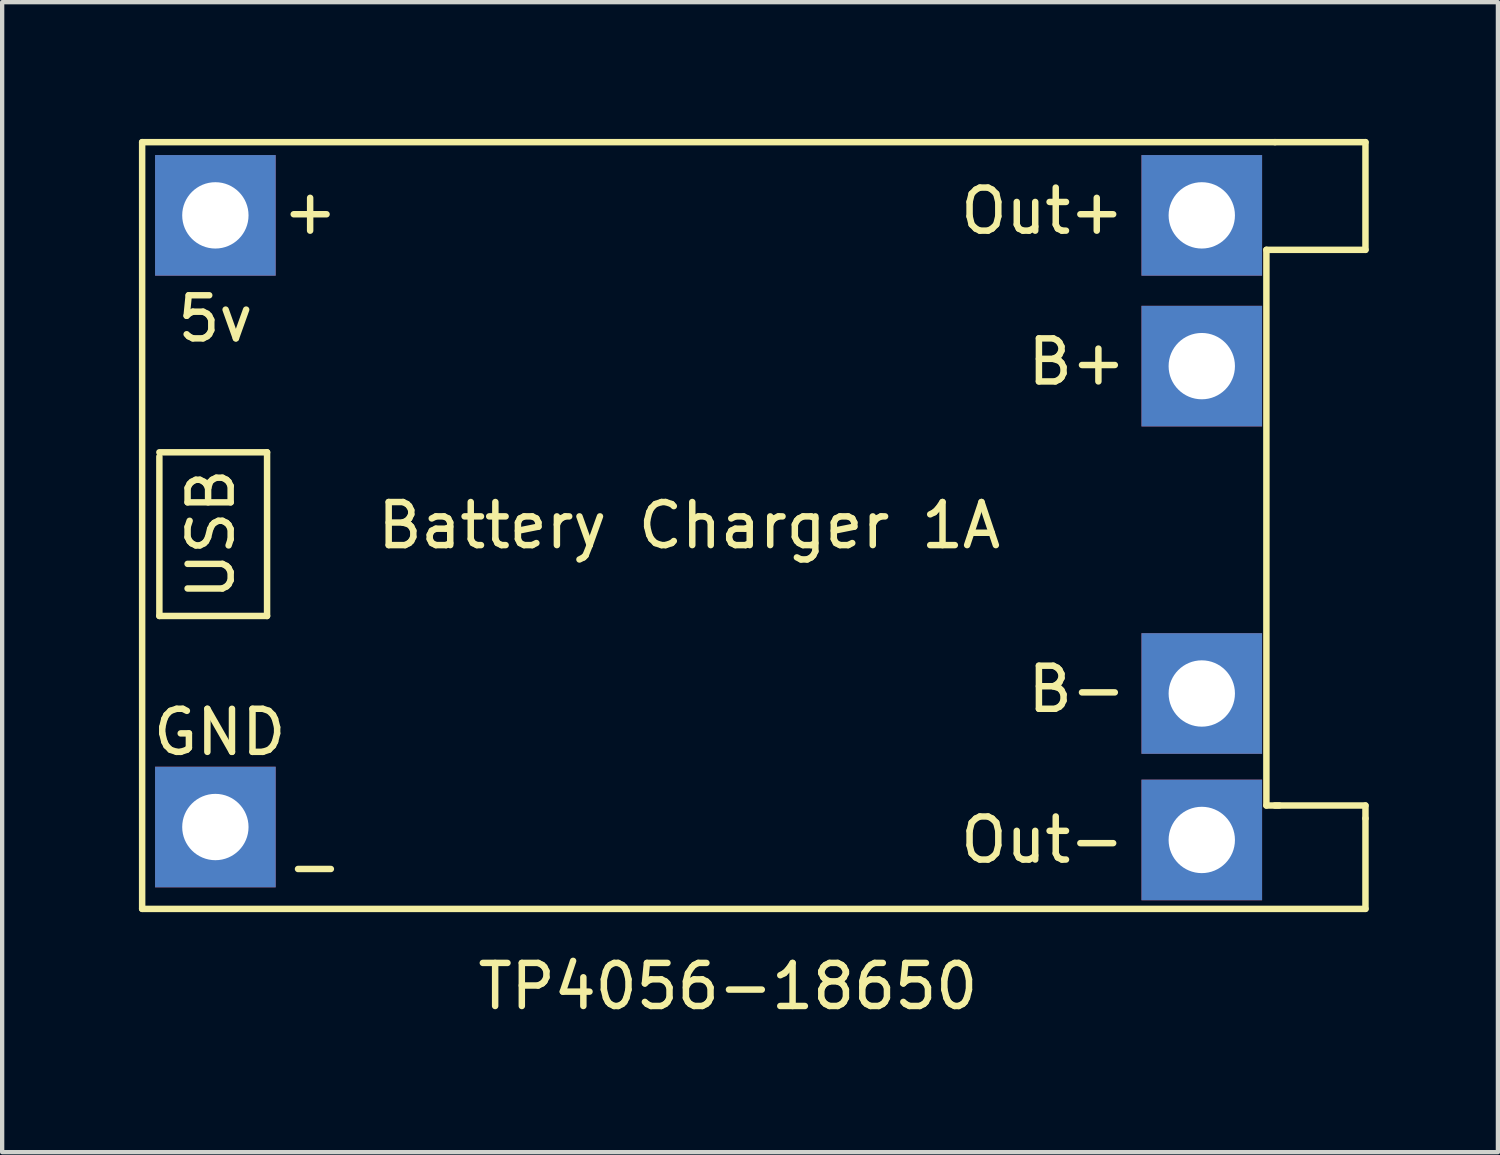
<source format=kicad_pcb>
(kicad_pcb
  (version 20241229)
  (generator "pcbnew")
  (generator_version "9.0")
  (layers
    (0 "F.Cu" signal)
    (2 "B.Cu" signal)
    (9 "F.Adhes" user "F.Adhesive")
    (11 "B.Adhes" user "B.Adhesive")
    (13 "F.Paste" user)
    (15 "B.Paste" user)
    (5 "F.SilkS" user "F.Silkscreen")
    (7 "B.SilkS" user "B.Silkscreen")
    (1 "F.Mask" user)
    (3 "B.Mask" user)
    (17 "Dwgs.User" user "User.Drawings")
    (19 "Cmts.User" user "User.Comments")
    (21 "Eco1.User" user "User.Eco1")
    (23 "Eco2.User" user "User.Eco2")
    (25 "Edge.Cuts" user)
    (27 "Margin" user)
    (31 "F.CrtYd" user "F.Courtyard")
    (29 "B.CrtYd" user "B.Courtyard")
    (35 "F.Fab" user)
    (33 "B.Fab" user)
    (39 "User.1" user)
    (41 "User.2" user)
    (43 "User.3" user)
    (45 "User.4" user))
  (footprint "TP4056-18650"
    (layer "F.Cu")
    (at 0.25 0.25)
    (property "Reference" "TP4056-18650" (at 13.6 19.6 0) (layer "F.SilkS") (effects (font (size 1 1) (thickness 0.15))))
    (attr through_hole)
    (fp_line (start 0 0) (end 26.3 0) (stroke (width 0.15) (type solid)) (layer "F.SilkS"))
    (fp_line (start 0 17.8) (end 0 0) (stroke (width 0.15) (type solid)) (layer "F.SilkS"))
    (fp_line (start 0.4 7.2) (end 2.9 7.2) (stroke (width 0.15) (type solid)) (layer "F.SilkS"))
    (fp_line (start 0.4 11) (end 0.4 7.3) (stroke (width 0.15) (type solid)) (layer "F.SilkS"))
    (fp_line (start 2.9 7.2) (end 2.9 11) (stroke (width 0.15) (type solid)) (layer "F.SilkS"))
    (fp_line (start 2.9 11) (end 0.4 11) (stroke (width 0.15) (type solid)) (layer "F.SilkS"))
    (fp_line (start 26.1 2.5) (end 26.1 15.4) (stroke (width 0.15) (type solid)) (layer "F.SilkS"))
    (fp_line (start 26.1 15.4) (end 26.4 15.4) (stroke (width 0.15) (type solid)) (layer "F.SilkS"))
    (fp_line (start 26.3 0) (end 28.4 0) (stroke (width 0.15) (type solid)) (layer "F.SilkS"))
    (fp_line (start 26.3 15.4) (end 28.4 15.4) (stroke (width 0.15) (type solid)) (layer "F.SilkS"))
    (fp_line (start 28.4 0) (end 28.4 2.5) (stroke (width 0.15) (type solid)) (layer "F.SilkS"))
    (fp_line (start 28.4 2.5) (end 26.1 2.5) (stroke (width 0.15) (type solid)) (layer "F.SilkS"))
    (fp_line (start 28.4 15.4) (end 28.4 15.7) (stroke (width 0.15) (type solid)) (layer "F.SilkS"))
    (fp_line (start 28.4 15.7) (end 28.4 17.8) (stroke (width 0.15) (type solid)) (layer "F.SilkS"))
    (fp_line (start 28.4 17.8) (end 0 17.8) (stroke (width 0.15) (type solid)) (layer "F.SilkS"))
    (fp_text user "B-" (at 21.7 12.7 0) (layer "F.SilkS") (effects (font (size 1 1) (thickness 0.15))))
    (fp_text user "USB" (at 1.6 9.1 90) (layer "F.SilkS") (effects (font (size 1 1) (thickness 0.15))))
    (fp_text user "Battery Charger 1A" (at 12.7 8.9 0) (layer "F.SilkS") (effects (font (size 1 1) (thickness 0.15))))
    (fp_text user "GND" (at 1.8 13.7 0) (layer "F.SilkS") (effects (font (size 1 1) (thickness 0.15))))
    (fp_text user "Out-" (at 20.9 16.2 0) (layer "F.SilkS") (effects (font (size 1 1) (thickness 0.15))))
    (fp_text user "5v" (at 1.7 4.1 0) (layer "F.SilkS") (effects (font (size 1 1) (thickness 0.15))))
    (fp_text user "-" (at 4 16.8 0) (layer "F.SilkS") (effects (font (size 1 1) (thickness 0.15))))
    (fp_text user "+" (at 3.9 1.6 0) (layer "F.SilkS") (effects (font (size 1 1) (thickness 0.15))))
    (fp_text user "Out+" (at 20.9 1.6 0) (layer "F.SilkS") (effects (font (size 1 1) (thickness 0.15))))
    (fp_text user "B+" (at 21.7 5.1 0) (layer "F.SilkS") (effects (font (size 1 1) (thickness 0.15))))
    (pad "1" thru_hole rect (at 1.7 1.7) (size 2.8 2.8) (drill 1.54) (layers "*.Cu" "*.Mask"))
    (pad "2" thru_hole rect (at 1.7 15.9) (size 2.8 2.8) (drill 1.54) (layers "*.Cu" "*.Mask"))
    (pad "3" thru_hole rect (at 24.6 1.7) (size 2.8 2.8) (drill 1.54) (layers "*.Cu" "*.Mask"))
    (pad "4" thru_hole rect (at 24.6 16.2) (size 2.8 2.8) (drill 1.54) (layers "*.Cu" "*.Mask"))
    (pad "5" thru_hole rect (at 24.6 5.2) (size 2.8 2.8) (drill 1.54) (layers "*.Cu" "*.Mask"))
    (pad "6" thru_hole rect (at 24.6 12.8) (size 2.8 2.8) (drill 1.54) (layers "*.Cu" "*.Mask")))
  (gr_rect
    (start -3 -3)
    (end 31.725 23.698)
    (stroke (width 0.1) (type default))
    (fill no)
    (layer "Edge.Cuts")))
</source>
